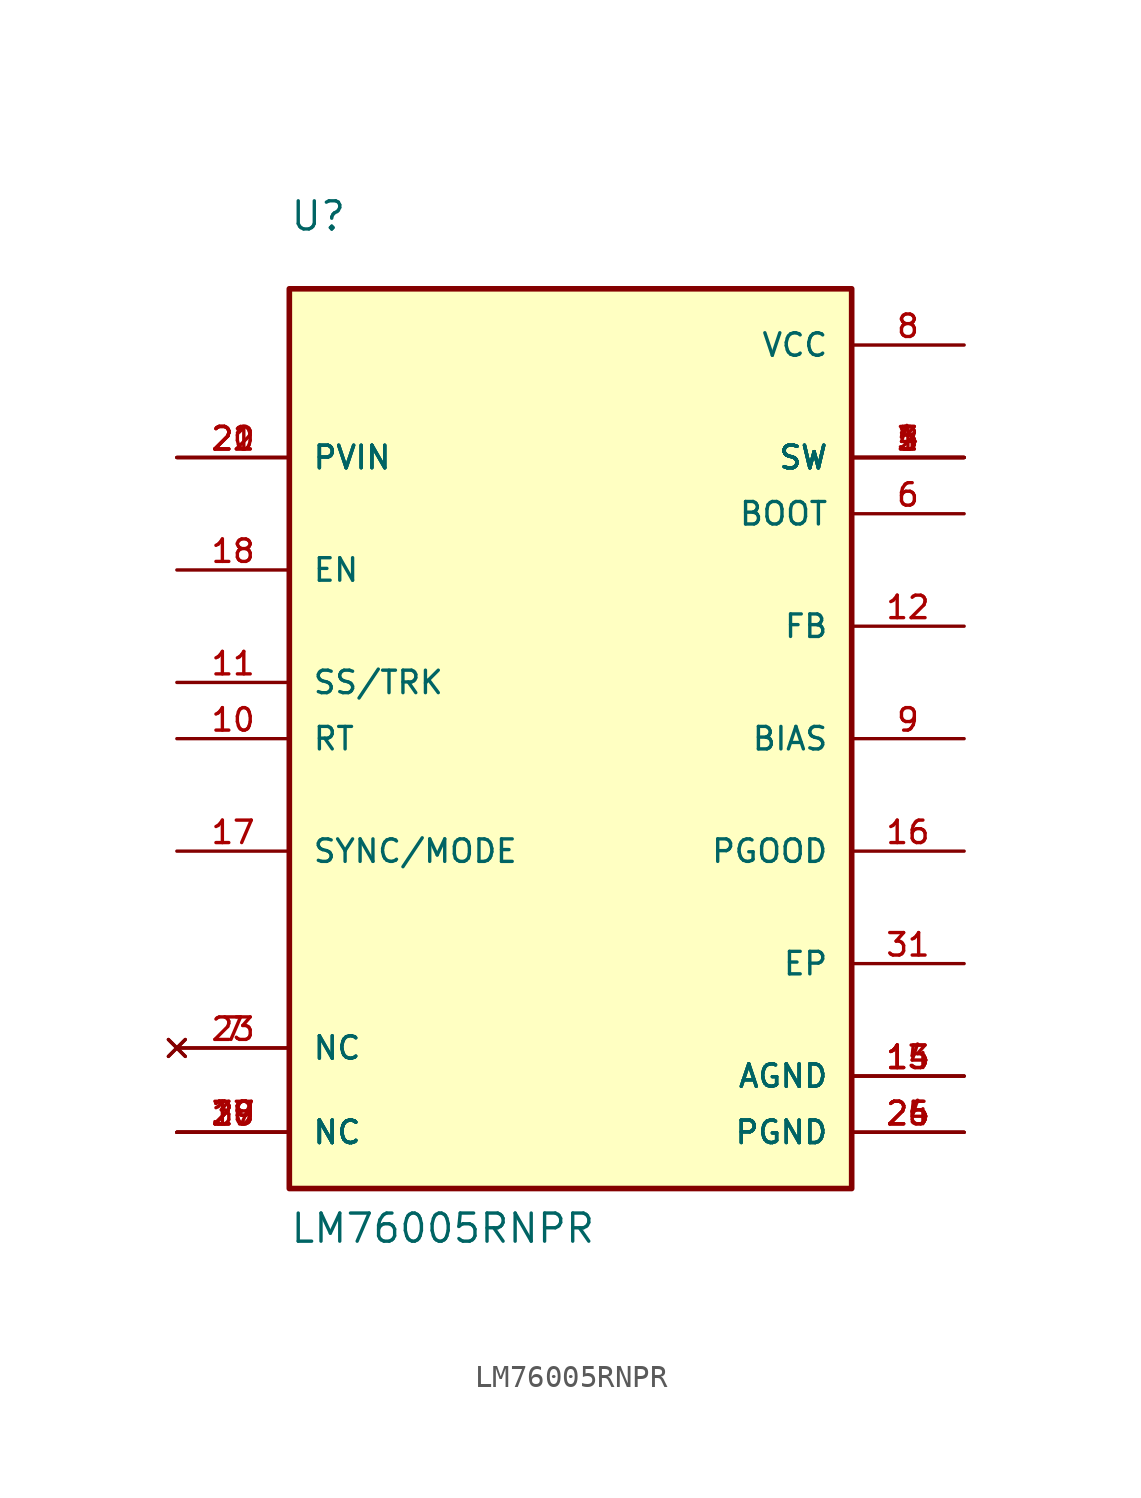
<source format=kicad_sym>
(kicad_symbol_lib
  (version 20231120)
  (generator "kicad_symbol_editor")
  (generator_version "8.0")
  (symbol "LM76005RNPR"
    (pin_names
      (offset 1.016))
    (property "Reference" "U"
      (at -12.7 22.86 0)
      (effects (font (size 1.27 1.27)) (justify left bottom)))
    (property "Value" "LM76005RNPR"
      (at -12.7 -22.86 0)
      (effects (font (size 1.27 1.27)) (justify left bottom)))
    (symbol "LM76005RNPR_0_0"
      (rectangle (start -12.7 20.32) (end 12.7 -20.32) (stroke (width 0.254) (type default)) (fill (type background)))
      (pin output line (at 17.78 12.7 180) (length 5.08) (name "SW" (effects (font (size 1.016 1.016)))) (number "1" (effects (font (size 1.016 1.016)))))
      (pin input line (at -17.78 0 0) (length 5.08) (name "RT" (effects (font (size 1.016 1.016)))) (number "10" (effects (font (size 1.016 1.016)))))
      (pin input line (at -17.78 2.54 0) (length 5.08) (name "SS/TRK" (effects (font (size 1.016 1.016)))) (number "11" (effects (font (size 1.016 1.016)))))
      (pin input line (at 17.78 5.08 180) (length 5.08) (name "FB" (effects (font (size 1.016 1.016)))) (number "12" (effects (font (size 1.016 1.016)))))
      (pin power_in line (at 17.78 -15.24 180) (length 5.08) (name "AGND" (effects (font (size 1.016 1.016)))) (number "13" (effects (font (size 1.016 1.016)))))
      (pin power_in line (at 17.78 -15.24 180) (length 5.08) (name "AGND" (effects (font (size 1.016 1.016)))) (number "14" (effects (font (size 1.016 1.016)))))
      (pin power_in line (at 17.78 -15.24 180) (length 5.08) (name "AGND" (effects (font (size 1.016 1.016)))) (number "15" (effects (font (size 1.016 1.016)))))
      (pin output line (at 17.78 -5.08 180) (length 5.08) (name "PGOOD" (effects (font (size 1.016 1.016)))) (number "16" (effects (font (size 1.016 1.016)))))
      (pin input line (at -17.78 -5.08 0) (length 5.08) (name "SYNC/MODE" (effects (font (size 1.016 1.016)))) (number "17" (effects (font (size 1.016 1.016)))))
      (pin input line (at -17.78 7.62 0) (length 5.08) (name "EN" (effects (font (size 1.016 1.016)))) (number "18" (effects (font (size 1.016 1.016)))))
      (pin output line (at 17.78 12.7 180) (length 5.08) (name "SW" (effects (font (size 1.016 1.016)))) (number "2" (effects (font (size 1.016 1.016)))))
      (pin input line (at -17.78 12.7 0) (length 5.08) (name "PVIN" (effects (font (size 1.016 1.016)))) (number "20" (effects (font (size 1.016 1.016)))))
      (pin input line (at -17.78 12.7 0) (length 5.08) (name "PVIN" (effects (font (size 1.016 1.016)))) (number "21" (effects (font (size 1.016 1.016)))))
      (pin input line (at -17.78 12.7 0) (length 5.08) (name "PVIN" (effects (font (size 1.016 1.016)))) (number "22" (effects (font (size 1.016 1.016)))))
      (pin no_connect line (at -17.78 -13.97 0) (length 5.08) (name "NC" (effects (font (size 1.016 1.016)))) (number "23" (effects (font (size 1.016 1.016)))))
      (pin power_in line (at 17.78 -17.78 180) (length 5.08) (name "PGND" (effects (font (size 1.016 1.016)))) (number "24" (effects (font (size 1.016 1.016)))))
      (pin power_in line (at 17.78 -17.78 180) (length 5.08) (name "PGND" (effects (font (size 1.016 1.016)))) (number "25" (effects (font (size 1.016 1.016)))))
      (pin power_in line (at 17.78 -17.78 180) (length 5.08) (name "PGND" (effects (font (size 1.016 1.016)))) (number "26" (effects (font (size 1.016 1.016)))))
      (pin output line (at 17.78 12.7 180) (length 5.08) (name "SW" (effects (font (size 1.016 1.016)))) (number "3" (effects (font (size 1.016 1.016)))))
      (pin power_in line (at 17.78 -10.16 180) (length 5.08) (name "EP" (effects (font (size 1.016 1.016)))) (number "31" (effects (font (size 1.016 1.016)))))
      (pin output line (at 17.78 12.7 180) (length 5.08) (name "SW" (effects (font (size 1.016 1.016)))) (number "4" (effects (font (size 1.016 1.016)))))
      (pin output line (at 17.78 12.7 180) (length 5.08) (name "SW" (effects (font (size 1.016 1.016)))) (number "5" (effects (font (size 1.016 1.016)))))
      (pin output line (at 17.78 10.16 180) (length 5.08) (name "BOOT" (effects (font (size 1.016 1.016)))) (number "6" (effects (font (size 1.016 1.016)))))
      (pin no_connect line (at -17.78 -13.97 0) (length 5.08) (name "NC" (effects (font (size 1.016 1.016)))) (number "7" (effects (font (size 1.016 1.016)))))
      (pin power_in line (at 17.78 17.78 180) (length 5.08) (name "VCC" (effects (font (size 1.016 1.016)))) (number "8" (effects (font (size 1.016 1.016)))))
      (pin passive line (at 17.78 0 180) (length 5.08) (name "BIAS" (effects (font (size 1.016 1.016)))) (number "9" (effects (font (size 1.016 1.016))))))
    (symbol "LM76005RNPR_1_0"
      (pin input line (at -17.78 -17.78 0) (length 5.08) (name "NC" (effects (font (size 1.016 1.016)))) (number "19" (effects (font (size 1.016 1.016)))))
      (pin input line (at -17.78 -17.78 0) (length 5.08) (name "NC" (effects (font (size 1.016 1.016)))) (number "27" (effects (font (size 1.016 1.016)))))
      (pin input line (at -17.78 -17.78 0) (length 5.08) (name "NC" (effects (font (size 1.016 1.016)))) (number "28" (effects (font (size 1.016 1.016)))))
      (pin input line (at -17.78 -17.78 0) (length 5.08) (name "NC" (effects (font (size 1.016 1.016)))) (number "29" (effects (font (size 1.016 1.016)))))
      (pin input line (at -17.78 -17.78 0) (length 5.08) (name "NC" (effects (font (size 1.016 1.016)))) (number "30" (effects (font (size 1.016 1.016))))))))
</source>
